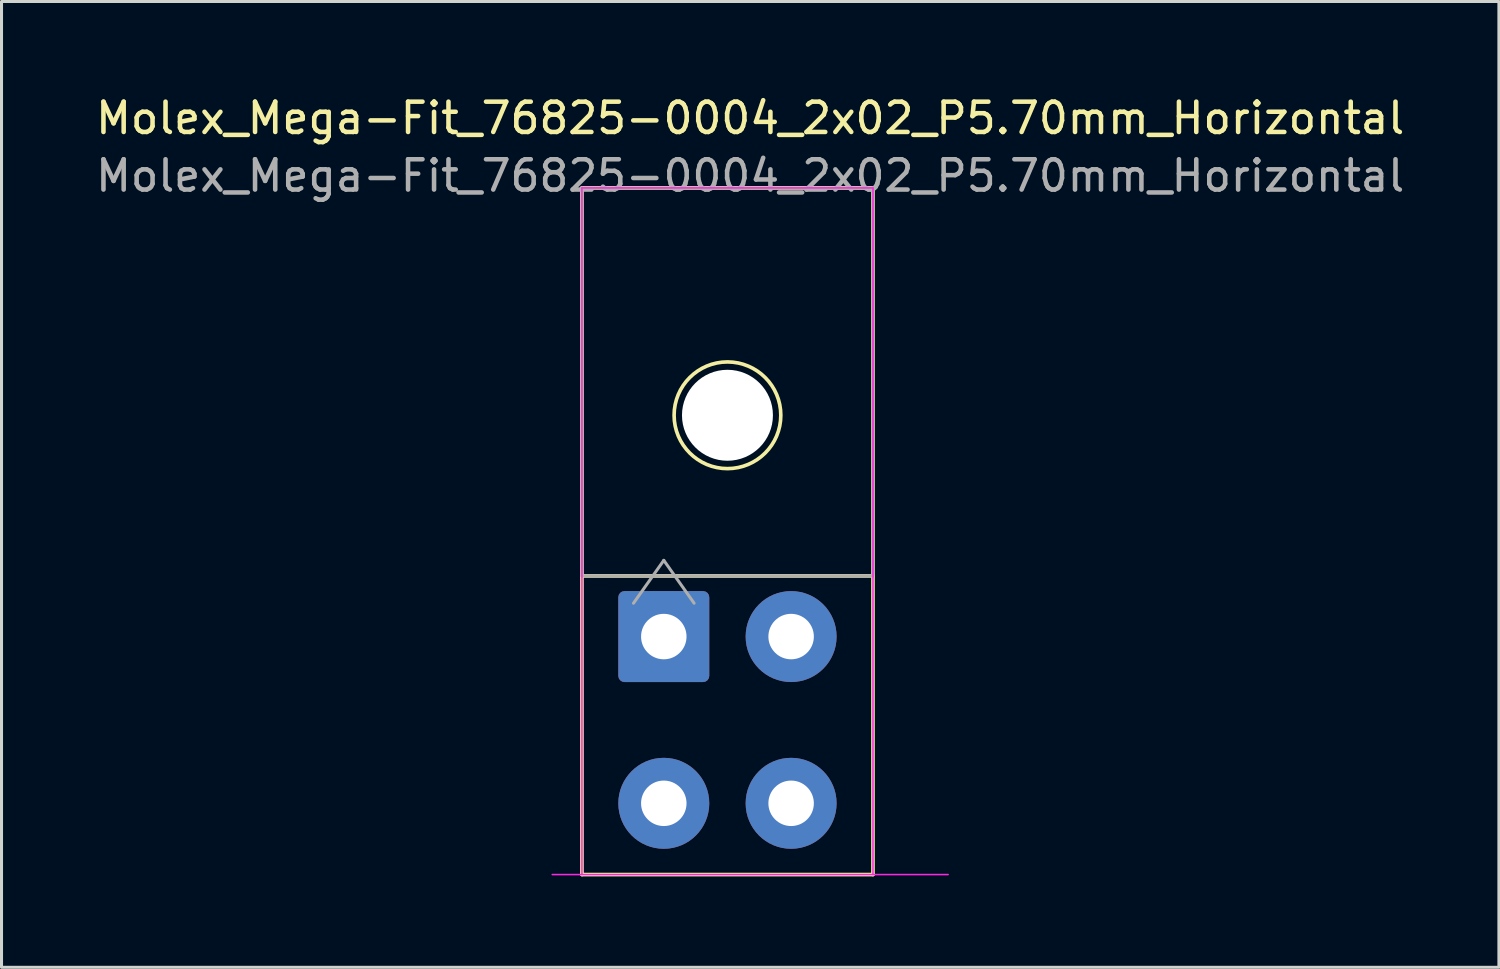
<source format=kicad_pcb>
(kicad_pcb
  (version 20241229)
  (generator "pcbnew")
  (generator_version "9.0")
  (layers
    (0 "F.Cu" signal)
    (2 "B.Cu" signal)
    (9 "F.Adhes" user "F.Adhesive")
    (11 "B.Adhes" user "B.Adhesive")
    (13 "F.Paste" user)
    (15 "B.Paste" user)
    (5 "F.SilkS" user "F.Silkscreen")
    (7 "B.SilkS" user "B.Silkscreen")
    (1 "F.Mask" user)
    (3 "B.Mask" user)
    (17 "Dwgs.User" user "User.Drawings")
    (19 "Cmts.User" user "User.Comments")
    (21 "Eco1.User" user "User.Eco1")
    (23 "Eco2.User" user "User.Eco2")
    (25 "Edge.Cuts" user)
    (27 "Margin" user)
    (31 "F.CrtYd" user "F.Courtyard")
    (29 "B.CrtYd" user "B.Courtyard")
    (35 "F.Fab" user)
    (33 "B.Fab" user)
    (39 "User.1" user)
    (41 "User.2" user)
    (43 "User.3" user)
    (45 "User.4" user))
  (footprint "Molex_Mega-Fit_76825-0004_2x02_P5.70mm_Horizontal"
    (layer "F.Cu")
    (at 18.846 17.948)
    (property "Reference" "Molex_Mega-Fit_76825-0004_2x02_P5.70mm_Horizontal" (at 2.85 -17.1 0) (layer "F.SilkS") (effects (font (size 1 1) (thickness 0.15))))
    (attr through_hole)
    (fp_line (start -2.7 -14.8) (end -2.7 7.85) (stroke (width 0.12) (type solid)) (layer "F.SilkS"))
    (fp_line (start -2.7 -2) (end 6.9 -2) (stroke (width 0.12) (type solid)) (layer "F.SilkS"))
    (fp_line (start -2.7 7.85) (end 6.9 7.85) (stroke (width 0.12) (type solid)) (layer "F.SilkS"))
    (fp_line (start 6.9 -14.8) (end -2.7 -14.8) (stroke (width 0.12) (type solid)) (layer "F.SilkS"))
    (fp_line (start 6.9 -14.8) (end 6.9 7.85) (stroke (width 0.12) (type solid)) (layer "F.SilkS"))
    (fp_circle (center 2.1 -7.3) (end 3.86 -7.3) (stroke (width 0.12) (type solid)) (fill no) (layer "F.SilkS"))
    (fp_line (start -3.68 7.85) (end 9.38 7.85) (stroke (width 0.05) (type solid)) (layer "F.CrtYd"))
    (fp_line (start -2.7 -14.8) (end -2.7 7.85) (stroke (width 0.05) (type solid)) (layer "F.CrtYd"))
    (fp_line (start 6.9 -14.8) (end -2.7 -14.8) (stroke (width 0.05) (type solid)) (layer "F.CrtYd"))
    (fp_line (start 6.9 7.85) (end 6.9 -14.8) (stroke (width 0.05) (type solid)) (layer "F.CrtYd"))
    (fp_line (start -2.7 -14.8) (end -2.7 -2) (stroke (width 0.1) (type solid)) (layer "F.Fab"))
    (fp_line (start -2.7 -2) (end 6.9 -2) (stroke (width 0.1) (type solid)) (layer "F.Fab"))
    (fp_line (start -1 -1.1) (end 0 -2.514) (stroke (width 0.1) (type solid)) (layer "F.Fab"))
    (fp_line (start 0 -2.514) (end 1 -1.1) (stroke (width 0.1) (type solid)) (layer "F.Fab"))
    (fp_line (start 6.9 -14.8) (end -2.7 -14.8) (stroke (width 0.1) (type solid)) (layer "F.Fab"))
    (fp_line (start 6.9 -2) (end 6.9 -14.8) (stroke (width 0.1) (type solid)) (layer "F.Fab"))
    (fp_text user "${REFERENCE}" (at 2.85 -15.2 0) (layer "F.Fab") (effects (font (size 1 1) (thickness 0.15))))
    (pad "" np_thru_hole circle (at 2.1 -7.3) (size 3 3) (drill 3) (layers "*.Cu" "*.Mask"))
    (pad "1" thru_hole roundrect (at 0 0) (size 3 3) (drill 1.5) (layers "*.Cu" "*.Mask") (roundrect_rratio 0.068))
    (pad "2" thru_hole circle (at 4.2 0) (size 3 3) (drill 1.5) (layers "*.Cu" "*.Mask"))
    (pad "3" thru_hole circle (at 0 5.5) (size 3 3) (drill 1.5) (layers "*.Cu" "*.Mask"))
    (pad "4" thru_hole circle (at 4.2 5.5) (size 3 3) (drill 1.5) (layers "*.Cu" "*.Mask")))
  (gr_rect
    (start -3 -3)
    (end 46.393 28.858)
    (stroke (width 0.1) (type default))
    (fill no)
    (layer "Edge.Cuts")))
</source>
